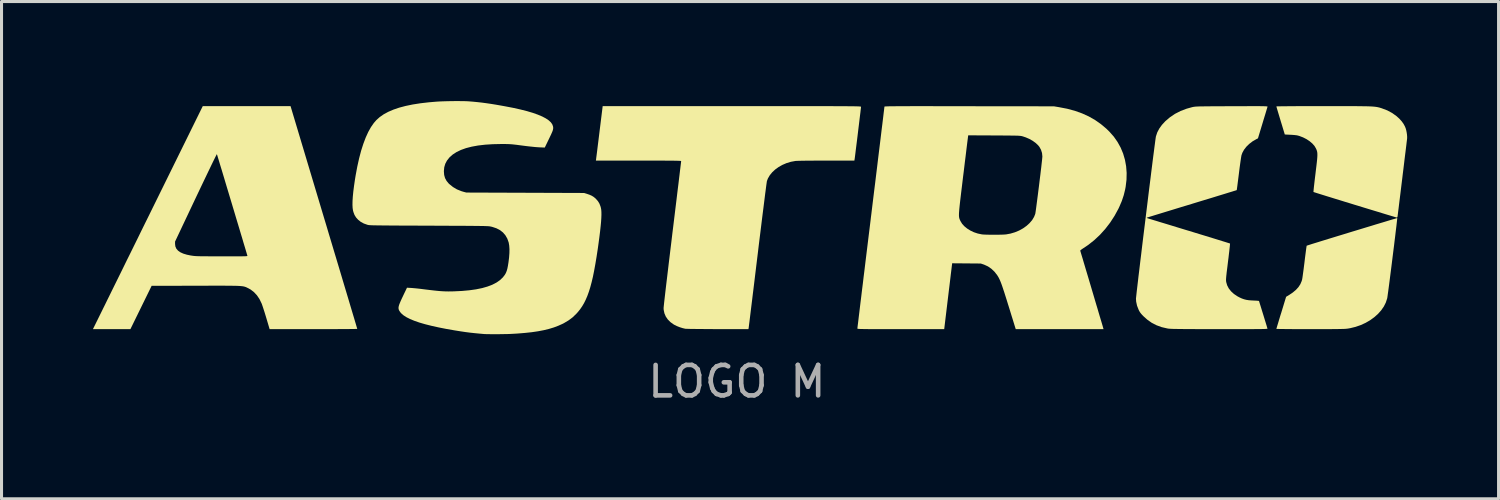
<source format=kicad_pcb>
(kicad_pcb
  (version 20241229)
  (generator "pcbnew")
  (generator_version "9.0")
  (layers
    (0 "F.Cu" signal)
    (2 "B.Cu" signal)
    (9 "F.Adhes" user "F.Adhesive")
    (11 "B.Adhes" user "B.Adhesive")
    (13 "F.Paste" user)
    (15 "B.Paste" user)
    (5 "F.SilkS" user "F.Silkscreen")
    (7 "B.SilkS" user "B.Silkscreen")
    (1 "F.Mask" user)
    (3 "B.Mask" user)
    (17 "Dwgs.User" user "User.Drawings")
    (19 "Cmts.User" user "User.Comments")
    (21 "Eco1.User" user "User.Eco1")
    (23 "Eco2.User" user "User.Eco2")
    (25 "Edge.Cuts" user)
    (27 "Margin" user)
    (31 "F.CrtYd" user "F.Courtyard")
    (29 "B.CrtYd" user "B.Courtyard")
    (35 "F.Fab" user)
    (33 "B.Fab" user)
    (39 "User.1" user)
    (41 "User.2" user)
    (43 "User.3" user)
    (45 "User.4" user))
  (footprint "LOGO M"
    (layer "F.Cu")
    (at 21.547 4.08)
    (property "Reference" "LOGO M" (at -0.415 5.39 0) (layer "F.Fab") (effects (font (size 1 1) (thickness 0.15))))
    (attr board_only exclude_from_pos_files exclude_from_bom)
    (fp_poly (pts (xy 18.105 -0.945) (xy 21.255 0.02) (xy 18.1 0.98) (xy 17.145 4.095) (xy 16.175 0.975) (xy 13.02 0.02) (xy 16.2 -0.95) (xy 17.14 -4.08)) (stroke (width 0) (type solid)) (fill yes) (layer "F.Mask"))
    (fp_poly (pts (xy 21.255 0.04) (xy 21.252 0.074) (xy 21.246 0.129) (xy 21.238 0.202) (xy 21.228 0.291) (xy 21.215 0.395) (xy 21.201 0.512) (xy 21.186 0.639) (xy 21.169 0.775) (xy 21.152 0.919) (xy 21.133 1.068) (xy 21.114 1.22) (xy 21.095 1.373) (xy 21.076 1.526) (xy 21.057 1.678) (xy 21.038 1.825) (xy 21.02 1.966) (xy 21.003 2.099) (xy 20.987 2.223) (xy 20.972 2.335) (xy 20.959 2.434) (xy 20.947 2.518) (xy 20.938 2.585) (xy 20.931 2.633) (xy 20.926 2.661) (xy 20.925 2.664) (xy 20.881 2.799) (xy 20.815 2.93) (xy 20.728 3.055) (xy 20.624 3.172) (xy 20.502 3.28) (xy 20.366 3.379) (xy 20.217 3.465) (xy 20.057 3.538) (xy 19.887 3.597) (xy 19.71 3.64) (xy 19.635 3.653) (xy 19.611 3.656) (xy 19.581 3.659) (xy 19.546 3.662) (xy 19.502 3.664) (xy 19.449 3.665) (xy 19.385 3.667) (xy 19.308 3.668) (xy 19.217 3.669) (xy 19.11 3.67) (xy 18.987 3.671) (xy 18.844 3.671) (xy 18.682 3.671) (xy 18.497 3.671) (xy 18.402 3.671) (xy 18.241 3.671) (xy 18.087 3.671) (xy 17.941 3.671) (xy 17.806 3.67) (xy 17.683 3.669) (xy 17.574 3.668) (xy 17.48 3.667) (xy 17.403 3.666) (xy 17.344 3.665) (xy 17.306 3.664) (xy 17.29 3.663) (xy 17.29 3.662) (xy 17.293 3.649) (xy 17.303 3.616) (xy 17.318 3.564) (xy 17.339 3.496) (xy 17.363 3.415) (xy 17.391 3.322) (xy 17.422 3.22) (xy 17.45 3.132) (xy 17.609 2.61) (xy 17.699 2.556) (xy 17.826 2.471) (xy 17.931 2.383) (xy 18.014 2.292) (xy 18.077 2.195) (xy 18.121 2.091) (xy 18.134 2.044) (xy 18.139 2.017) (xy 18.147 1.969) (xy 18.156 1.904) (xy 18.167 1.823) (xy 18.18 1.729) (xy 18.193 1.626) (xy 18.207 1.517) (xy 18.214 1.458) (xy 18.227 1.349) (xy 18.24 1.248) (xy 18.252 1.156) (xy 18.262 1.077) (xy 18.271 1.013) (xy 18.278 0.966) (xy 18.283 0.939) (xy 18.284 0.933) (xy 18.297 0.929) (xy 18.33 0.918) (xy 18.383 0.901) (xy 18.454 0.878) (xy 18.541 0.851) (xy 18.643 0.82) (xy 18.758 0.784) (xy 18.885 0.745) (xy 19.021 0.703) (xy 19.165 0.659) (xy 19.315 0.613) (xy 19.47 0.566) (xy 19.629 0.517) (xy 19.789 0.468) (xy 19.948 0.42) (xy 20.106 0.372) (xy 20.26 0.325) (xy 20.41 0.28) (xy 20.552 0.236) (xy 20.686 0.196) (xy 20.81 0.159) (xy 20.922 0.125) (xy 21.02 0.095) (xy 21.104 0.07) (xy 21.171 0.051) (xy 21.22 0.036) (xy 21.248 0.029) (xy 21.256 0.027)) (stroke (width 0) (type solid)) (fill yes) (layer "F.SilkS"))
    (fp_poly (pts (xy 19.073 -3.647) (xy 19.284 -3.647) (xy 19.475 -3.647) (xy 19.645 -3.647) (xy 19.797 -3.647) (xy 19.931 -3.646) (xy 20.049 -3.645) (xy 20.153 -3.643) (xy 20.243 -3.642) (xy 20.321 -3.64) (xy 20.388 -3.637) (xy 20.446 -3.634) (xy 20.496 -3.63) (xy 20.539 -3.625) (xy 20.577 -3.62) (xy 20.61 -3.614) (xy 20.641 -3.607) (xy 20.67 -3.6) (xy 20.7 -3.591) (xy 20.73 -3.582) (xy 20.756 -3.573) (xy 20.93 -3.507) (xy 21.088 -3.422) (xy 21.23 -3.321) (xy 21.327 -3.233) (xy 21.403 -3.148) (xy 21.462 -3.066) (xy 21.508 -2.981) (xy 21.532 -2.922) (xy 21.55 -2.86) (xy 21.565 -2.787) (xy 21.576 -2.711) (xy 21.581 -2.641) (xy 21.58 -2.584) (xy 21.579 -2.58) (xy 21.577 -2.56) (xy 21.572 -2.519) (xy 21.564 -2.457) (xy 21.555 -2.376) (xy 21.543 -2.279) (xy 21.529 -2.165) (xy 21.513 -2.038) (xy 21.496 -1.899) (xy 21.478 -1.749) (xy 21.459 -1.59) (xy 21.438 -1.424) (xy 21.423 -1.296) (xy 21.402 -1.126) (xy 21.382 -0.962) (xy 21.363 -0.806) (xy 21.345 -0.66) (xy 21.328 -0.525) (xy 21.313 -0.402) (xy 21.3 -0.294) (xy 21.288 -0.202) (xy 21.279 -0.127) (xy 21.272 -0.072) (xy 21.268 -0.038) (xy 21.266 -0.027) (xy 21.258 -0.001) (xy 21.246 0.011) (xy 21.245 0.011) (xy 21.232 0.007) (xy 21.197 -0.003) (xy 21.143 -0.02) (xy 21.069 -0.042) (xy 20.979 -0.069) (xy 20.872 -0.101) (xy 20.752 -0.138) (xy 20.618 -0.179) (xy 20.473 -0.223) (xy 20.318 -0.27) (xy 20.154 -0.32) (xy 19.983 -0.373) (xy 19.872 -0.406) (xy 19.698 -0.46) (xy 19.53 -0.511) (xy 19.369 -0.561) (xy 19.218 -0.607) (xy 19.077 -0.651) (xy 18.949 -0.69) (xy 18.834 -0.726) (xy 18.734 -0.757) (xy 18.651 -0.783) (xy 18.585 -0.804) (xy 18.538 -0.819) (xy 18.512 -0.828) (xy 18.507 -0.83) (xy 18.507 -0.843) (xy 18.51 -0.877) (xy 18.515 -0.931) (xy 18.522 -1.002) (xy 18.532 -1.087) (xy 18.543 -1.185) (xy 18.556 -1.293) (xy 18.57 -1.408) (xy 18.573 -1.432) (xy 18.59 -1.577) (xy 18.605 -1.7) (xy 18.617 -1.804) (xy 18.626 -1.89) (xy 18.632 -1.962) (xy 18.635 -2.022) (xy 18.635 -2.071) (xy 18.633 -2.112) (xy 18.628 -2.147) (xy 18.62 -2.178) (xy 18.61 -2.209) (xy 18.597 -2.24) (xy 18.584 -2.266) (xy 18.536 -2.346) (xy 18.466 -2.424) (xy 18.379 -2.497) (xy 18.278 -2.564) (xy 18.166 -2.621) (xy 18.046 -2.667) (xy 17.991 -2.683) (xy 17.949 -2.691) (xy 17.888 -2.698) (xy 17.817 -2.704) (xy 17.742 -2.708) (xy 17.68 -2.711) (xy 17.628 -2.713) (xy 17.589 -2.716) (xy 17.568 -2.717) (xy 17.565 -2.718) (xy 17.562 -2.73) (xy 17.552 -2.762) (xy 17.537 -2.812) (xy 17.517 -2.878) (xy 17.493 -2.957) (xy 17.466 -3.046) (xy 17.436 -3.144) (xy 17.427 -3.174) (xy 17.397 -3.274) (xy 17.369 -3.367) (xy 17.344 -3.45) (xy 17.323 -3.521) (xy 17.306 -3.577) (xy 17.295 -3.617) (xy 17.29 -3.636) (xy 17.289 -3.637) (xy 17.301 -3.639) (xy 17.335 -3.64) (xy 17.391 -3.641) (xy 17.466 -3.642) (xy 17.56 -3.643) (xy 17.67 -3.644) (xy 17.796 -3.645) (xy 17.937 -3.646) (xy 18.089 -3.646) (xy 18.253 -3.647) (xy 18.427 -3.647) (xy 18.61 -3.647) (xy 18.799 -3.647) (xy 18.838 -3.647)) (stroke (width 0) (type solid)) (fill yes) (layer "F.SilkS"))
    (fp_poly (pts (xy -13.968 0.003) (xy -13.881 0.291) (xy -13.797 0.574) (xy -13.714 0.849) (xy -13.634 1.117) (xy -13.556 1.376) (xy -13.481 1.626) (xy -13.409 1.866) (xy -13.341 2.095) (xy -13.276 2.312) (xy -13.215 2.515) (xy -13.158 2.705) (xy -13.106 2.881) (xy -13.058 3.041) (xy -13.015 3.185) (xy -12.977 3.311) (xy -12.945 3.42) (xy -12.918 3.51) (xy -12.898 3.579) (xy -12.883 3.629) (xy -12.875 3.656) (xy -12.874 3.662) (xy -12.885 3.664) (xy -12.92 3.665) (xy -12.975 3.666) (xy -13.05 3.667) (xy -13.143 3.668) (xy -13.253 3.668) (xy -13.378 3.669) (xy -13.517 3.67) (xy -13.668 3.67) (xy -13.829 3.671) (xy -14 3.671) (xy -14.179 3.671) (xy -14.312 3.671) (xy -15.749 3.671) (xy -15.859 3.301) (xy -15.888 3.205) (xy -15.917 3.111) (xy -15.945 3.024) (xy -15.97 2.947) (xy -15.992 2.883) (xy -16.008 2.838) (xy -16.013 2.826) (xy -16.083 2.683) (xy -16.166 2.56) (xy -16.262 2.457) (xy -16.369 2.374) (xy -16.442 2.333) (xy -16.468 2.32) (xy -16.491 2.309) (xy -16.513 2.298) (xy -16.536 2.289) (xy -16.559 2.281) (xy -16.586 2.274) (xy -16.617 2.267) (xy -16.653 2.262) (xy -16.696 2.258) (xy -16.747 2.254) (xy -16.808 2.251) (xy -16.88 2.249) (xy -16.964 2.248) (xy -17.062 2.246) (xy -17.174 2.246) (xy -17.303 2.245) (xy -17.45 2.245) (xy -17.615 2.245) (xy -17.801 2.246) (xy -18.008 2.246) (xy -18.173 2.247) (xy -19.621 2.25) (xy -20.317 3.671) (xy -21.547 3.671) (xy -21.244 3.057) (xy -21.213 2.993) (xy -21.171 2.909) (xy -21.12 2.805) (xy -21.061 2.684) (xy -20.992 2.545) (xy -20.916 2.39) (xy -20.832 2.22) (xy -20.742 2.037) (xy -20.645 1.841) (xy -20.543 1.633) (xy -20.436 1.414) (xy -20.323 1.187) (xy -20.207 0.951) (xy -20.17 0.876) (xy -18.852 0.876) (xy -18.842 0.958) (xy -18.81 1.031) (xy -18.756 1.094) (xy -18.68 1.148) (xy -18.582 1.193) (xy -18.462 1.229) (xy -18.345 1.253) (xy -18.314 1.258) (xy -18.286 1.262) (xy -18.259 1.266) (xy -18.232 1.269) (xy -18.202 1.272) (xy -18.169 1.274) (xy -18.128 1.276) (xy -18.08 1.278) (xy -18.022 1.279) (xy -17.951 1.28) (xy -17.867 1.28) (xy -17.766 1.281) (xy -17.648 1.281) (xy -17.51 1.281) (xy -17.351 1.282) (xy -17.309 1.282) (xy -17.147 1.282) (xy -17.008 1.282) (xy -16.888 1.282) (xy -16.788 1.282) (xy -16.706 1.282) (xy -16.639 1.281) (xy -16.587 1.28) (xy -16.547 1.279) (xy -16.518 1.277) (xy -16.498 1.275) (xy -16.486 1.272) (xy -16.479 1.269) (xy -16.478 1.266) (xy -16.478 1.263) (xy -16.504 1.176) (xy -16.534 1.074) (xy -16.569 0.957) (xy -16.608 0.828) (xy -16.649 0.688) (xy -16.694 0.539) (xy -16.741 0.382) (xy -16.79 0.218) (xy -16.841 0.05) (xy -16.892 -0.122) (xy -16.944 -0.295) (xy -16.996 -0.469) (xy -17.048 -0.641) (xy -17.099 -0.811) (xy -17.149 -0.976) (xy -17.197 -1.136) (xy -17.242 -1.288) (xy -17.285 -1.431) (xy -17.325 -1.564) (xy -17.362 -1.684) (xy -17.394 -1.791) (xy -17.422 -1.884) (xy -17.445 -1.959) (xy -17.462 -2.017) (xy -17.474 -2.054) (xy -17.479 -2.071) (xy -17.479 -2.072) (xy -17.485 -2.063) (xy -17.501 -2.033) (xy -17.526 -1.985) (xy -17.559 -1.918) (xy -17.6 -1.835) (xy -17.648 -1.736) (xy -17.702 -1.623) (xy -17.763 -1.497) (xy -17.829 -1.359) (xy -17.9 -1.211) (xy -17.975 -1.054) (xy -18.054 -0.888) (xy -18.136 -0.716) (xy -18.17 -0.644) (xy -18.852 0.798) (xy -18.852 0.876) (xy -20.17 0.876) (xy -20.087 0.708) (xy -19.965 0.458) (xy -19.84 0.204) (xy -19.712 -0.054) (xy -19.584 -0.315) (xy -19.455 -0.577) (xy -19.442 -0.603) (xy -17.943 -3.647) (xy -16.503 -3.647) (xy -15.062 -3.647)) (stroke (width 0) (type solid)) (fill yes) (layer "F.SilkS"))
    (fp_poly (pts (xy -0.201 -3.647) (xy 0.155 -3.647) (xy 0.488 -3.647) (xy 0.799 -3.647) (xy 1.089 -3.647) (xy 1.359 -3.647) (xy 1.609 -3.647) (xy 1.841 -3.647) (xy 2.054 -3.647) (xy 2.25 -3.647) (xy 2.43 -3.646) (xy 2.593 -3.646) (xy 2.742 -3.646) (xy 2.876 -3.645) (xy 2.996 -3.645) (xy 3.103 -3.644) (xy 3.198 -3.644) (xy 3.282 -3.643) (xy 3.355 -3.642) (xy 3.417 -3.642) (xy 3.471 -3.641) (xy 3.516 -3.64) (xy 3.553 -3.639) (xy 3.584 -3.638) (xy 3.607 -3.636) (xy 3.626 -3.635) (xy 3.639 -3.633) (xy 3.648 -3.632) (xy 3.654 -3.63) (xy 3.658 -3.628) (xy 3.659 -3.626) (xy 3.659 -3.625) (xy 3.658 -3.61) (xy 3.654 -3.573) (xy 3.647 -3.518) (xy 3.639 -3.445) (xy 3.628 -3.358) (xy 3.616 -3.259) (xy 3.603 -3.15) (xy 3.589 -3.034) (xy 3.574 -2.913) (xy 3.559 -2.788) (xy 3.544 -2.664) (xy 3.529 -2.541) (xy 3.514 -2.422) (xy 3.5 -2.31) (xy 3.487 -2.207) (xy 3.476 -2.115) (xy 3.466 -2.036) (xy 3.458 -1.973) (xy 3.452 -1.929) (xy 3.449 -1.905) (xy 3.448 -1.905) (xy 3.441 -1.86) (xy 2.521 -1.86) (xy 2.345 -1.86) (xy 2.181 -1.859) (xy 2.032 -1.858) (xy 1.897 -1.857) (xy 1.78 -1.856) (xy 1.681 -1.854) (xy 1.602 -1.852) (xy 1.543 -1.85) (xy 1.507 -1.848) (xy 1.503 -1.847) (xy 1.356 -1.82) (xy 1.214 -1.777) (xy 1.079 -1.719) (xy 0.955 -1.649) (xy 0.843 -1.568) (xy 0.745 -1.477) (xy 0.665 -1.379) (xy 0.604 -1.275) (xy 0.571 -1.189) (xy 0.568 -1.171) (xy 0.562 -1.13) (xy 0.553 -1.068) (xy 0.542 -0.985) (xy 0.529 -0.883) (xy 0.513 -0.764) (xy 0.496 -0.627) (xy 0.477 -0.475) (xy 0.456 -0.308) (xy 0.433 -0.128) (xy 0.409 0.064) (xy 0.384 0.267) (xy 0.358 0.479) (xy 0.33 0.701) (xy 0.302 0.929) (xy 0.274 1.164) (xy 0.264 1.246) (xy 0.235 1.482) (xy 0.207 1.713) (xy 0.18 1.935) (xy 0.154 2.15) (xy 0.129 2.354) (xy 0.105 2.548) (xy 0.083 2.73) (xy 0.062 2.899) (xy 0.043 3.054) (xy 0.026 3.193) (xy 0.011 3.316) (xy -0.002 3.421) (xy -0.013 3.507) (xy -0.021 3.573) (xy -0.027 3.619) (xy -0.03 3.642) (xy -0.031 3.644) (xy -0.036 3.671) (xy -1.041 3.67) (xy -1.196 3.67) (xy -1.345 3.669) (xy -1.486 3.668) (xy -1.618 3.667) (xy -1.738 3.666) (xy -1.845 3.665) (xy -1.937 3.664) (xy -2.011 3.662) (xy -2.067 3.66) (xy -2.101 3.659) (xy -2.11 3.658) (xy -2.195 3.638) (xy -2.29 3.608) (xy -2.384 3.571) (xy -2.467 3.53) (xy -2.488 3.518) (xy -2.594 3.442) (xy -2.681 3.355) (xy -2.748 3.258) (xy -2.793 3.152) (xy -2.817 3.038) (xy -2.82 2.978) (xy -2.818 2.957) (xy -2.814 2.914) (xy -2.807 2.849) (xy -2.798 2.764) (xy -2.786 2.66) (xy -2.772 2.538) (xy -2.756 2.399) (xy -2.738 2.245) (xy -2.718 2.077) (xy -2.696 1.895) (xy -2.673 1.702) (xy -2.649 1.498) (xy -2.623 1.284) (xy -2.596 1.062) (xy -2.568 0.833) (xy -2.54 0.598) (xy -2.532 0.531) (xy -2.503 0.296) (xy -2.475 0.067) (xy -2.448 -0.155) (xy -2.422 -0.368) (xy -2.397 -0.572) (xy -2.374 -0.764) (xy -2.352 -0.945) (xy -2.331 -1.112) (xy -2.313 -1.265) (xy -2.296 -1.403) (xy -2.282 -1.524) (xy -2.269 -1.628) (xy -2.259 -1.712) (xy -2.251 -1.777) (xy -2.246 -1.82) (xy -2.244 -1.841) (xy -2.244 -1.843) (xy -2.247 -1.846) (xy -2.256 -1.848) (xy -2.274 -1.85) (xy -2.3 -1.852) (xy -2.337 -1.853) (xy -2.385 -1.855) (xy -2.446 -1.856) (xy -2.52 -1.857) (xy -2.61 -1.858) (xy -2.716 -1.858) (xy -2.839 -1.859) (xy -2.981 -1.859) (xy -3.143 -1.859) (xy -3.325 -1.86) (xy -3.53 -1.86) (xy -3.643 -1.86) (xy -5.042 -1.86) (xy -5.035 -1.905) (xy -5.033 -1.924) (xy -5.028 -1.965) (xy -5.02 -2.026) (xy -5.01 -2.104) (xy -4.998 -2.198) (xy -4.985 -2.306) (xy -4.97 -2.426) (xy -4.954 -2.555) (xy -4.937 -2.692) (xy -4.924 -2.799) (xy -4.819 -3.647) (xy -0.58 -3.647)) (stroke (width 0) (type solid)) (fill yes) (layer "F.SilkS"))
    (fp_poly (pts (xy 16.68 -3.646) (xy 16.759 -3.646) (xy 16.825 -3.645) (xy 16.877 -3.644) (xy 16.918 -3.643) (xy 16.949 -3.641) (xy 16.971 -3.639) (xy 16.986 -3.637) (xy 16.994 -3.635) (xy 16.998 -3.632) (xy 16.999 -3.628) (xy 16.999 -3.627) (xy 16.994 -3.611) (xy 16.983 -3.575) (xy 16.967 -3.521) (xy 16.946 -3.451) (xy 16.921 -3.368) (xy 16.892 -3.274) (xy 16.861 -3.172) (xy 16.839 -3.098) (xy 16.685 -2.59) (xy 16.636 -2.565) (xy 16.512 -2.494) (xy 16.402 -2.41) (xy 16.307 -2.318) (xy 16.23 -2.219) (xy 16.173 -2.116) (xy 16.144 -2.034) (xy 16.139 -2.007) (xy 16.131 -1.959) (xy 16.121 -1.893) (xy 16.109 -1.811) (xy 16.096 -1.717) (xy 16.082 -1.614) (xy 16.068 -1.503) (xy 16.059 -1.428) (xy 16.045 -1.318) (xy 16.032 -1.215) (xy 16.02 -1.122) (xy 16.01 -1.042) (xy 16.001 -0.976) (xy 15.994 -0.927) (xy 15.99 -0.898) (xy 15.988 -0.891) (xy 15.977 -0.887) (xy 15.943 -0.876) (xy 15.89 -0.86) (xy 15.817 -0.837) (xy 15.727 -0.81) (xy 15.621 -0.777) (xy 15.5 -0.74) (xy 15.366 -0.699) (xy 15.22 -0.654) (xy 15.063 -0.606) (xy 14.897 -0.556) (xy 14.723 -0.503) (xy 14.543 -0.448) (xy 14.528 -0.443) (xy 14.347 -0.388) (xy 14.171 -0.335) (xy 14.004 -0.284) (xy 13.845 -0.235) (xy 13.697 -0.19) (xy 13.56 -0.148) (xy 13.436 -0.11) (xy 13.327 -0.077) (xy 13.234 -0.048) (xy 13.158 -0.025) (xy 13.101 -0.007) (xy 13.064 0.005) (xy 13.048 0.01) (xy 13.048 0.01) (xy 13.035 0.018) (xy 13.04 0.024) (xy 13.066 0.033) (xy 13.066 0.034) (xy 13.083 0.039) (xy 13.121 0.051) (xy 13.179 0.068) (xy 13.256 0.092) (xy 13.35 0.12) (xy 13.459 0.154) (xy 13.582 0.191) (xy 13.718 0.232) (xy 13.865 0.277) (xy 14.021 0.325) (xy 14.185 0.375) (xy 14.356 0.427) (xy 14.434 0.45) (xy 14.606 0.503) (xy 14.773 0.554) (xy 14.931 0.602) (xy 15.08 0.648) (xy 15.218 0.69) (xy 15.344 0.729) (xy 15.457 0.764) (xy 15.554 0.794) (xy 15.635 0.819) (xy 15.698 0.839) (xy 15.742 0.853) (xy 15.764 0.86) (xy 15.768 0.862) (xy 15.768 0.875) (xy 15.765 0.91) (xy 15.76 0.963) (xy 15.752 1.034) (xy 15.743 1.119) (xy 15.731 1.217) (xy 15.719 1.324) (xy 15.704 1.439) (xy 15.702 1.456) (xy 15.686 1.59) (xy 15.672 1.703) (xy 15.66 1.796) (xy 15.652 1.873) (xy 15.645 1.934) (xy 15.641 1.983) (xy 15.638 2.022) (xy 15.637 2.053) (xy 15.638 2.078) (xy 15.64 2.1) (xy 15.642 2.12) (xy 15.643 2.125) (xy 15.674 2.233) (xy 15.727 2.335) (xy 15.802 2.43) (xy 15.897 2.517) (xy 16.012 2.594) (xy 16.073 2.627) (xy 16.153 2.664) (xy 16.228 2.691) (xy 16.304 2.71) (xy 16.389 2.723) (xy 16.488 2.73) (xy 16.531 2.732) (xy 16.594 2.735) (xy 16.649 2.738) (xy 16.691 2.742) (xy 16.715 2.745) (xy 16.719 2.746) (xy 16.723 2.759) (xy 16.733 2.791) (xy 16.748 2.84) (xy 16.768 2.903) (xy 16.791 2.978) (xy 16.816 3.06) (xy 16.843 3.147) (xy 16.871 3.237) (xy 16.898 3.326) (xy 16.924 3.411) (xy 16.948 3.489) (xy 16.969 3.557) (xy 16.985 3.613) (xy 16.997 3.65) (xy 16.997 3.653) (xy 16.994 3.656) (xy 16.988 3.659) (xy 16.976 3.661) (xy 16.958 3.663) (xy 16.933 3.664) (xy 16.899 3.666) (xy 16.856 3.667) (xy 16.801 3.668) (xy 16.734 3.669) (xy 16.654 3.669) (xy 16.559 3.67) (xy 16.449 3.67) (xy 16.321 3.67) (xy 16.175 3.671) (xy 16.01 3.671) (xy 15.825 3.671) (xy 15.617 3.671) (xy 15.415 3.67) (xy 15.186 3.67) (xy 14.98 3.67) (xy 14.795 3.67) (xy 14.631 3.67) (xy 14.485 3.669) (xy 14.357 3.669) (xy 14.245 3.668) (xy 14.147 3.667) (xy 14.064 3.666) (xy 13.993 3.665) (xy 13.933 3.664) (xy 13.882 3.663) (xy 13.84 3.661) (xy 13.806 3.659) (xy 13.777 3.657) (xy 13.753 3.655) (xy 13.732 3.652) (xy 13.713 3.649) (xy 13.708 3.648) (xy 13.523 3.605) (xy 13.354 3.543) (xy 13.197 3.462) (xy 13.054 3.361) (xy 12.932 3.252) (xy 12.88 3.199) (xy 12.842 3.155) (xy 12.812 3.114) (xy 12.787 3.072) (xy 12.769 3.035) (xy 12.717 2.902) (xy 12.688 2.768) (xy 12.682 2.675) (xy 12.683 2.654) (xy 12.688 2.61) (xy 12.695 2.546) (xy 12.704 2.462) (xy 12.716 2.359) (xy 12.73 2.239) (xy 12.746 2.104) (xy 12.763 1.954) (xy 12.783 1.791) (xy 12.804 1.616) (xy 12.826 1.431) (xy 12.85 1.237) (xy 12.874 1.035) (xy 12.899 0.827) (xy 12.925 0.614) (xy 12.952 0.397) (xy 12.979 0.178) (xy 13.006 -0.042) (xy 13.033 -0.262) (xy 13.06 -0.481) (xy 13.086 -0.696) (xy 13.112 -0.907) (xy 13.138 -1.112) (xy 13.163 -1.311) (xy 13.186 -1.5) (xy 13.209 -1.681) (xy 13.23 -1.85) (xy 13.25 -2.007) (xy 13.269 -2.15) (xy 13.285 -2.278) (xy 13.3 -2.39) (xy 13.312 -2.484) (xy 13.322 -2.559) (xy 13.33 -2.613) (xy 13.335 -2.646) (xy 13.337 -2.654) (xy 13.381 -2.786) (xy 13.447 -2.911) (xy 13.534 -3.032) (xy 13.644 -3.151) (xy 13.646 -3.153) (xy 13.798 -3.283) (xy 13.965 -3.395) (xy 14.147 -3.488) (xy 14.344 -3.563) (xy 14.528 -3.614) (xy 14.547 -3.618) (xy 14.566 -3.622) (xy 14.586 -3.625) (xy 14.609 -3.628) (xy 14.635 -3.631) (xy 14.667 -3.633) (xy 14.707 -3.635) (xy 14.755 -3.637) (xy 14.813 -3.638) (xy 14.883 -3.639) (xy 14.966 -3.64) (xy 15.064 -3.641) (xy 15.179 -3.642) (xy 15.311 -3.642) (xy 15.463 -3.643) (xy 15.636 -3.644) (xy 15.824 -3.644) (xy 16.019 -3.645) (xy 16.191 -3.645) (xy 16.341 -3.646) (xy 16.472 -3.646) (xy 16.584 -3.646)) (stroke (width 0) (type solid)) (fill yes) (layer "F.SilkS"))
    (fp_poly (pts (xy -9.481 -3.812) (xy -9.373 -3.811) (xy -9.281 -3.808) (xy -9.221 -3.805) (xy -9.073 -3.793) (xy -8.93 -3.779) (xy -8.785 -3.763) (xy -8.636 -3.743) (xy -8.478 -3.72) (xy -8.307 -3.692) (xy -8.119 -3.659) (xy -8.015 -3.64) (xy -7.754 -3.59) (xy -7.517 -3.537) (xy -7.303 -3.483) (xy -7.114 -3.427) (xy -6.948 -3.368) (xy -6.805 -3.308) (xy -6.687 -3.246) (xy -6.592 -3.182) (xy -6.52 -3.116) (xy -6.472 -3.047) (xy -6.447 -2.977) (xy -6.443 -2.936) (xy -6.444 -2.912) (xy -6.448 -2.887) (xy -6.455 -2.858) (xy -6.467 -2.822) (xy -6.486 -2.777) (xy -6.511 -2.72) (xy -6.545 -2.649) (xy -6.588 -2.559) (xy -6.605 -2.524) (xy -6.719 -2.288) (xy -6.896 -2.295) (xy -6.957 -2.299) (xy -7.038 -2.305) (xy -7.133 -2.315) (xy -7.238 -2.326) (xy -7.348 -2.339) (xy -7.457 -2.353) (xy -7.565 -2.367) (xy -7.654 -2.379) (xy -7.728 -2.387) (xy -7.792 -2.394) (xy -7.851 -2.398) (xy -7.909 -2.401) (xy -7.97 -2.403) (xy -8.041 -2.404) (xy -8.124 -2.404) (xy -8.153 -2.404) (xy -8.426 -2.398) (xy -8.677 -2.382) (xy -8.908 -2.355) (xy -9.117 -2.317) (xy -9.304 -2.269) (xy -9.471 -2.209) (xy -9.616 -2.139) (xy -9.74 -2.059) (xy -9.844 -1.967) (xy -9.849 -1.961) (xy -9.928 -1.862) (xy -9.984 -1.756) (xy -10.018 -1.642) (xy -10.03 -1.518) (xy -10.03 -1.504) (xy -10.021 -1.388) (xy -9.992 -1.285) (xy -9.941 -1.191) (xy -9.87 -1.106) (xy -9.853 -1.09) (xy -9.731 -0.992) (xy -9.601 -0.915) (xy -9.457 -0.857) (xy -9.391 -0.837) (xy -9.293 -0.811) (xy -7.361 -0.804) (xy -5.429 -0.797) (xy -5.34 -0.77) (xy -5.251 -0.739) (xy -5.179 -0.707) (xy -5.117 -0.669) (xy -5.061 -0.623) (xy -5.038 -0.601) (xy -4.973 -0.526) (xy -4.925 -0.446) (xy -4.89 -0.355) (xy -4.876 -0.304) (xy -4.866 -0.245) (xy -4.861 -0.172) (xy -4.86 -0.081) (xy -4.864 0.026) (xy -4.872 0.152) (xy -4.886 0.297) (xy -4.904 0.462) (xy -4.927 0.649) (xy -4.955 0.857) (xy -4.979 1.03) (xy -5.019 1.292) (xy -5.059 1.532) (xy -5.099 1.751) (xy -5.139 1.951) (xy -5.182 2.132) (xy -5.226 2.296) (xy -5.273 2.446) (xy -5.322 2.581) (xy -5.375 2.705) (xy -5.431 2.818) (xy -5.492 2.921) (xy -5.558 3.017) (xy -5.629 3.106) (xy -5.681 3.164) (xy -5.804 3.283) (xy -5.942 3.386) (xy -6.097 3.478) (xy -6.137 3.498) (xy -6.275 3.56) (xy -6.423 3.616) (xy -6.582 3.664) (xy -6.755 3.706) (xy -6.944 3.742) (xy -7.149 3.772) (xy -7.373 3.796) (xy -7.618 3.816) (xy -7.811 3.827) (xy -7.88 3.83) (xy -7.964 3.833) (xy -8.059 3.834) (xy -8.16 3.836) (xy -8.264 3.837) (xy -8.366 3.837) (xy -8.463 3.837) (xy -8.551 3.836) (xy -8.625 3.835) (xy -8.681 3.833) (xy -8.705 3.832) (xy -8.875 3.817) (xy -9.03 3.802) (xy -9.177 3.786) (xy -9.323 3.767) (xy -9.477 3.744) (xy -9.646 3.717) (xy -9.666 3.714) (xy -9.947 3.665) (xy -10.205 3.614) (xy -10.439 3.562) (xy -10.649 3.509) (xy -10.837 3.454) (xy -11.001 3.397) (xy -11.142 3.339) (xy -11.26 3.279) (xy -11.356 3.217) (xy -11.429 3.153) (xy -11.439 3.143) (xy -11.469 3.104) (xy -11.494 3.066) (xy -11.507 3.04) (xy -11.515 3.012) (xy -11.519 2.984) (xy -11.518 2.953) (xy -11.511 2.917) (xy -11.499 2.874) (xy -11.479 2.822) (xy -11.451 2.756) (xy -11.415 2.676) (xy -11.369 2.579) (xy -11.333 2.503) (xy -11.241 2.312) (xy -11.107 2.319) (xy -11.058 2.323) (xy -10.99 2.329) (xy -10.908 2.337) (xy -10.817 2.347) (xy -10.722 2.359) (xy -10.642 2.369) (xy -10.493 2.387) (xy -10.364 2.402) (xy -10.25 2.414) (xy -10.149 2.423) (xy -10.055 2.429) (xy -9.965 2.433) (xy -9.875 2.434) (xy -9.781 2.433) (xy -9.7 2.431) (xy -9.436 2.418) (xy -9.194 2.396) (xy -8.974 2.365) (xy -8.775 2.324) (xy -8.597 2.273) (xy -8.44 2.213) (xy -8.305 2.143) (xy -8.19 2.063) (xy -8.095 1.973) (xy -8.034 1.894) (xy -8.006 1.848) (xy -7.983 1.799) (xy -7.963 1.743) (xy -7.945 1.677) (xy -7.929 1.596) (xy -7.913 1.495) (xy -7.91 1.477) (xy -7.891 1.322) (xy -7.88 1.177) (xy -7.878 1.046) (xy -7.886 0.931) (xy -7.902 0.836) (xy -7.905 0.824) (xy -7.949 0.7) (xy -8.012 0.591) (xy -8.091 0.499) (xy -8.189 0.422) (xy -8.305 0.362) (xy -8.439 0.317) (xy -8.471 0.309) (xy -8.486 0.306) (xy -8.501 0.303) (xy -8.516 0.3) (xy -8.534 0.297) (xy -8.556 0.295) (xy -8.581 0.293) (xy -8.613 0.291) (xy -8.651 0.29) (xy -8.697 0.288) (xy -8.752 0.287) (xy -8.817 0.286) (xy -8.894 0.285) (xy -8.983 0.284) (xy -9.086 0.283) (xy -9.203 0.282) (xy -9.337 0.281) (xy -9.488 0.28) (xy -9.657 0.28) (xy -9.846 0.279) (xy -10.055 0.278) (xy -10.286 0.277) (xy -10.522 0.276) (xy -10.775 0.275) (xy -11.006 0.274) (xy -11.214 0.274) (xy -11.402 0.273) (xy -11.57 0.272) (xy -11.72 0.271) (xy -11.853 0.27) (xy -11.97 0.269) (xy -12.072 0.268) (xy -12.16 0.267) (xy -12.235 0.266) (xy -12.299 0.265) (xy -12.353 0.264) (xy -12.397 0.262) (xy -12.433 0.261) (xy -12.462 0.259) (xy -12.485 0.257) (xy -12.503 0.255) (xy -12.518 0.252) (xy -12.53 0.249) (xy -12.538 0.247) (xy -12.658 0.205) (xy -12.76 0.149) (xy -12.844 0.082) (xy -12.912 0.007) (xy -12.963 -0.075) (xy -12.999 -0.171) (xy -13.013 -0.225) (xy -13.025 -0.305) (xy -13.03 -0.408) (xy -13.028 -0.532) (xy -13.019 -0.676) (xy -13.003 -0.839) (xy -12.98 -1.021) (xy -12.951 -1.221) (xy -12.928 -1.362) (xy -12.873 -1.659) (xy -12.812 -1.933) (xy -12.746 -2.184) (xy -12.673 -2.412) (xy -12.595 -2.618) (xy -12.512 -2.8) (xy -12.423 -2.959) (xy -12.328 -3.095) (xy -12.247 -3.188) (xy -12.137 -3.287) (xy -12.007 -3.378) (xy -11.858 -3.459) (xy -11.688 -3.532) (xy -11.498 -3.597) (xy -11.286 -3.653) (xy -11.054 -3.701) (xy -10.799 -3.741) (xy -10.523 -3.773) (xy -10.312 -3.791) (xy -10.216 -3.798) (xy -10.105 -3.803) (xy -9.983 -3.807) (xy -9.856 -3.81) (xy -9.727 -3.812) (xy -9.6 -3.813)) (stroke (width 0) (type solid)) (fill yes) (layer "F.SilkS"))
    (fp_poly (pts (xy 5.799 -3.646) (xy 6.009 -3.646) (xy 6.24 -3.645) (xy 6.491 -3.645) (xy 6.763 -3.645) (xy 7.059 -3.645) (xy 7.208 -3.644) (xy 9.988 -3.641) (xy 10.156 -3.613) (xy 10.426 -3.561) (xy 10.678 -3.493) (xy 10.913 -3.409) (xy 11.133 -3.309) (xy 11.338 -3.192) (xy 11.53 -3.058) (xy 11.711 -2.906) (xy 11.808 -2.811) (xy 11.952 -2.649) (xy 12.075 -2.474) (xy 12.178 -2.288) (xy 12.26 -2.092) (xy 12.32 -1.887) (xy 12.359 -1.674) (xy 12.376 -1.455) (xy 12.371 -1.229) (xy 12.343 -0.999) (xy 12.327 -0.914) (xy 12.281 -0.725) (xy 12.218 -0.536) (xy 12.136 -0.344) (xy 12.107 -0.282) (xy 11.98 -0.049) (xy 11.836 0.173) (xy 11.675 0.382) (xy 11.501 0.575) (xy 11.313 0.751) (xy 11.115 0.908) (xy 10.958 1.013) (xy 10.914 1.042) (xy 10.879 1.068) (xy 10.857 1.087) (xy 10.853 1.096) (xy 10.857 1.11) (xy 10.868 1.146) (xy 10.884 1.201) (xy 10.906 1.274) (xy 10.933 1.362) (xy 10.963 1.465) (xy 10.997 1.579) (xy 11.034 1.704) (xy 11.074 1.837) (xy 11.116 1.977) (xy 11.159 2.122) (xy 11.203 2.27) (xy 11.247 2.419) (xy 11.291 2.567) (xy 11.334 2.713) (xy 11.376 2.855) (xy 11.417 2.99) (xy 11.454 3.118) (xy 11.489 3.236) (xy 11.521 3.342) (xy 11.549 3.435) (xy 11.572 3.513) (xy 11.59 3.574) (xy 11.602 3.617) (xy 11.608 3.638) (xy 11.609 3.64) (xy 11.617 3.671) (xy 8.736 3.671) (xy 8.724 3.632) (xy 8.718 3.614) (xy 8.706 3.575) (xy 8.688 3.517) (xy 8.665 3.443) (xy 8.638 3.354) (xy 8.606 3.253) (xy 8.572 3.142) (xy 8.535 3.022) (xy 8.496 2.896) (xy 8.494 2.892) (xy 8.444 2.729) (xy 8.399 2.587) (xy 8.36 2.464) (xy 8.325 2.359) (xy 8.295 2.269) (xy 8.268 2.192) (xy 8.243 2.127) (xy 8.22 2.072) (xy 8.198 2.024) (xy 8.177 1.982) (xy 8.155 1.944) (xy 8.132 1.908) (xy 8.128 1.901) (xy 8.039 1.787) (xy 7.938 1.691) (xy 7.825 1.613) (xy 7.703 1.557) (xy 7.687 1.551) (xy 7.589 1.518) (xy 7.12 1.514) (xy 6.65 1.51) (xy 6.644 1.562) (xy 6.641 1.582) (xy 6.636 1.623) (xy 6.629 1.685) (xy 6.619 1.765) (xy 6.607 1.861) (xy 6.594 1.973) (xy 6.579 2.097) (xy 6.563 2.232) (xy 6.545 2.376) (xy 6.527 2.527) (xy 6.513 2.643) (xy 6.389 3.671) (xy 4.964 3.671) (xy 4.749 3.671) (xy 4.557 3.671) (xy 4.387 3.671) (xy 4.236 3.671) (xy 4.105 3.671) (xy 3.991 3.67) (xy 3.893 3.67) (xy 3.811 3.669) (xy 3.742 3.668) (xy 3.686 3.667) (xy 3.642 3.666) (xy 3.607 3.665) (xy 3.581 3.663) (xy 3.563 3.661) (xy 3.551 3.659) (xy 3.544 3.656) (xy 3.54 3.653) (xy 3.539 3.65) (xy 3.539 3.65) (xy 3.541 3.636) (xy 3.545 3.6) (xy 3.552 3.541) (xy 3.562 3.462) (xy 3.574 3.362) (xy 3.588 3.243) (xy 3.605 3.106) (xy 3.623 2.952) (xy 3.644 2.781) (xy 3.667 2.595) (xy 3.691 2.394) (xy 3.718 2.179) (xy 3.745 1.951) (xy 3.775 1.712) (xy 3.805 1.462) (xy 3.837 1.202) (xy 3.87 0.933) (xy 3.904 0.655) (xy 3.939 0.371) (xy 3.975 0.08) (xy 3.983 0.008) (xy 3.995 -0.085) (xy 6.873 -0.085) (xy 6.873 -0.046) (xy 6.876 -0.013) (xy 6.88 0.014) (xy 6.886 0.038) (xy 6.893 0.06) (xy 6.902 0.081) (xy 6.912 0.103) (xy 6.923 0.127) (xy 6.924 0.128) (xy 6.977 0.215) (xy 7.052 0.297) (xy 7.143 0.371) (xy 7.249 0.437) (xy 7.365 0.492) (xy 7.488 0.533) (xy 7.616 0.56) (xy 7.642 0.564) (xy 7.689 0.567) (xy 7.756 0.57) (xy 7.837 0.572) (xy 7.928 0.574) (xy 8.023 0.574) (xy 8.119 0.574) (xy 8.211 0.572) (xy 8.293 0.57) (xy 8.361 0.567) (xy 8.411 0.563) (xy 8.417 0.563) (xy 8.567 0.535) (xy 8.711 0.492) (xy 8.848 0.435) (xy 8.976 0.364) (xy 9.09 0.283) (xy 9.19 0.192) (xy 9.274 0.094) (xy 9.337 -0.011) (xy 9.376 -0.108) (xy 9.38 -0.129) (xy 9.387 -0.172) (xy 9.396 -0.234) (xy 9.407 -0.314) (xy 9.419 -0.407) (xy 9.433 -0.513) (xy 9.448 -0.629) (xy 9.464 -0.752) (xy 9.48 -0.881) (xy 9.497 -1.013) (xy 9.513 -1.146) (xy 9.529 -1.277) (xy 9.545 -1.404) (xy 9.559 -1.525) (xy 9.573 -1.637) (xy 9.584 -1.739) (xy 9.594 -1.827) (xy 9.602 -1.9) (xy 9.607 -1.955) (xy 9.61 -1.99) (xy 9.61 -1.998) (xy 9.599 -2.107) (xy 9.566 -2.213) (xy 9.513 -2.31) (xy 9.47 -2.363) (xy 9.392 -2.437) (xy 9.295 -2.507) (xy 9.185 -2.57) (xy 9.067 -2.621) (xy 8.969 -2.654) (xy 8.95 -2.659) (xy 8.931 -2.664) (xy 8.911 -2.667) (xy 8.888 -2.671) (xy 8.86 -2.673) (xy 8.825 -2.676) (xy 8.781 -2.678) (xy 8.727 -2.679) (xy 8.66 -2.68) (xy 8.579 -2.681) (xy 8.482 -2.682) (xy 8.367 -2.683) (xy 8.232 -2.684) (xy 8.076 -2.685) (xy 8.025 -2.685) (xy 7.177 -2.689) (xy 7.17 -2.643) (xy 7.168 -2.625) (xy 7.163 -2.585) (xy 7.155 -2.524) (xy 7.145 -2.445) (xy 7.133 -2.348) (xy 7.119 -2.235) (xy 7.104 -2.109) (xy 7.087 -1.97) (xy 7.068 -1.821) (xy 7.049 -1.662) (xy 7.029 -1.496) (xy 7.012 -1.362) (xy 6.987 -1.155) (xy 6.965 -0.971) (xy 6.945 -0.808) (xy 6.928 -0.665) (xy 6.913 -0.539) (xy 6.901 -0.431) (xy 6.891 -0.337) (xy 6.883 -0.257) (xy 6.878 -0.189) (xy 6.874 -0.133) (xy 6.873 -0.085) (xy 3.995 -0.085) (xy 4.019 -0.284) (xy 4.054 -0.57) (xy 4.088 -0.849) (xy 4.122 -1.12) (xy 4.154 -1.383) (xy 4.185 -1.635) (xy 4.214 -1.877) (xy 4.242 -2.107) (xy 4.269 -2.325) (xy 4.294 -2.529) (xy 4.317 -2.719) (xy 4.338 -2.894) (xy 4.358 -3.052) (xy 4.375 -3.193) (xy 4.39 -3.316) (xy 4.402 -3.42) (xy 4.413 -3.505) (xy 4.42 -3.568) (xy 4.425 -3.61) (xy 4.427 -3.629) (xy 4.427 -3.63) (xy 4.429 -3.632) (xy 4.435 -3.634) (xy 4.445 -3.635) (xy 4.462 -3.637) (xy 4.485 -3.638) (xy 4.516 -3.639) (xy 4.555 -3.641) (xy 4.604 -3.642) (xy 4.662 -3.643) (xy 4.732 -3.643) (xy 4.814 -3.644) (xy 4.909 -3.645) (xy 5.018 -3.645) (xy 5.141 -3.645) (xy 5.28 -3.646) (xy 5.435 -3.646) (xy 5.608 -3.646)) (stroke (width 0) (type solid)) (fill yes) (layer "F.SilkS")))
  (gr_rect
    (start -3 -3)
    (end 46.128 13.318)
    (stroke (width 0.1) (type default))
    (fill no)
    (layer "Edge.Cuts")))
</source>
